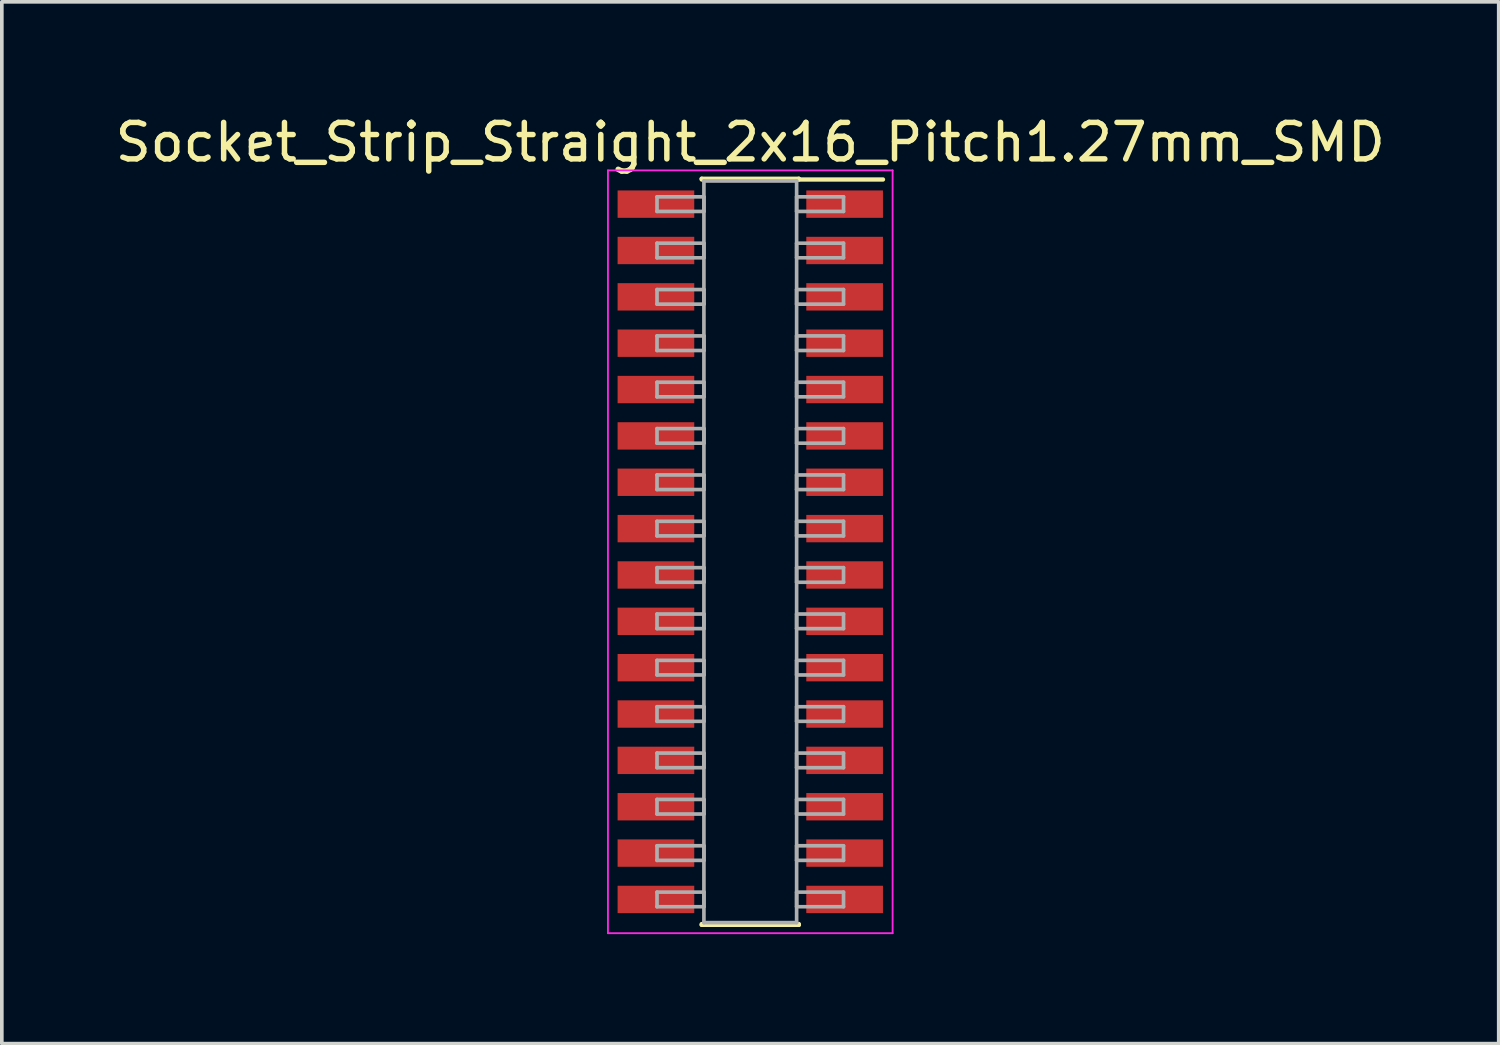
<source format=kicad_pcb>
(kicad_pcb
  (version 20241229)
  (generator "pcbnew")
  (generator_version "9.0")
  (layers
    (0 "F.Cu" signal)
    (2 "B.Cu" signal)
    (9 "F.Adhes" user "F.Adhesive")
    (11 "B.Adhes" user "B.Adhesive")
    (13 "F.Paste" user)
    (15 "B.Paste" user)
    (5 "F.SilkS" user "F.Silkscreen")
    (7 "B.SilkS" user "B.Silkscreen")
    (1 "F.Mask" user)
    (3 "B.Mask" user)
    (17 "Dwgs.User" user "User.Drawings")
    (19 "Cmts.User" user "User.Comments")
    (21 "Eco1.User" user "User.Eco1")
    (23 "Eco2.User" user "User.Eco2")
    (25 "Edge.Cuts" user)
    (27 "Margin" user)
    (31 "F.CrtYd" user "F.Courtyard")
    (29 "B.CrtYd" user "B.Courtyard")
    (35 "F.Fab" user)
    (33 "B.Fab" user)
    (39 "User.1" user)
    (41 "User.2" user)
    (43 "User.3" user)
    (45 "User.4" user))
  (footprint "Socket_Strip_Straight_2x16_Pitch1.27mm_SMD"
    (layer "F.Cu")
    (at 17.506 12.068)
    (property "Reference" "Socket_Strip_Straight_2x16_Pitch1.27mm_SMD" (at 0 -11.22 0) (layer "F.SilkS") (effects (font (size 1 1) (thickness 0.15))))
    (attr smd)
    (fp_line (start -1.33 -10.22) (end 1.33 -10.22) (stroke (width 0.12) (type solid)) (layer "F.SilkS"))
    (fp_line (start -1.33 -10.2) (end -1.33 -10.22) (stroke (width 0.12) (type solid)) (layer "F.SilkS"))
    (fp_line (start -1.33 10.2) (end -1.33 10.22) (stroke (width 0.12) (type solid)) (layer "F.SilkS"))
    (fp_line (start -1.33 10.22) (end 1.33 10.22) (stroke (width 0.12) (type solid)) (layer "F.SilkS"))
    (fp_line (start 1.33 -10.22) (end 1.33 -10.2) (stroke (width 0.12) (type solid)) (layer "F.SilkS"))
    (fp_line (start 1.33 10.22) (end 1.33 10.2) (stroke (width 0.12) (type solid)) (layer "F.SilkS"))
    (fp_line (start 3.635 -10.2) (end 1.33 -10.2) (stroke (width 0.12) (type solid)) (layer "F.SilkS"))
    (fp_line (start -3.9 -10.45) (end -3.9 10.45) (stroke (width 0.05) (type solid)) (layer "F.CrtYd"))
    (fp_line (start -3.9 10.45) (end 3.9 10.45) (stroke (width 0.05) (type solid)) (layer "F.CrtYd"))
    (fp_line (start 3.9 -10.45) (end -3.9 -10.45) (stroke (width 0.05) (type solid)) (layer "F.CrtYd"))
    (fp_line (start 3.9 10.45) (end 3.9 -10.45) (stroke (width 0.05) (type solid)) (layer "F.CrtYd"))
    (fp_line (start -2.555 -9.725) (end -1.27 -9.725) (stroke (width 0.1) (type solid)) (layer "F.Fab"))
    (fp_line (start -2.555 -9.325) (end -2.555 -9.725) (stroke (width 0.1) (type solid)) (layer "F.Fab"))
    (fp_line (start -2.555 -8.455) (end -1.27 -8.455) (stroke (width 0.1) (type solid)) (layer "F.Fab"))
    (fp_line (start -2.555 -8.055) (end -2.555 -8.455) (stroke (width 0.1) (type solid)) (layer "F.Fab"))
    (fp_line (start -2.555 -7.185) (end -1.27 -7.185) (stroke (width 0.1) (type solid)) (layer "F.Fab"))
    (fp_line (start -2.555 -6.785) (end -2.555 -7.185) (stroke (width 0.1) (type solid)) (layer "F.Fab"))
    (fp_line (start -2.555 -5.915) (end -1.27 -5.915) (stroke (width 0.1) (type solid)) (layer "F.Fab"))
    (fp_line (start -2.555 -5.515) (end -2.555 -5.915) (stroke (width 0.1) (type solid)) (layer "F.Fab"))
    (fp_line (start -2.555 -4.645) (end -1.27 -4.645) (stroke (width 0.1) (type solid)) (layer "F.Fab"))
    (fp_line (start -2.555 -4.245) (end -2.555 -4.645) (stroke (width 0.1) (type solid)) (layer "F.Fab"))
    (fp_line (start -2.555 -3.375) (end -1.27 -3.375) (stroke (width 0.1) (type solid)) (layer "F.Fab"))
    (fp_line (start -2.555 -2.975) (end -2.555 -3.375) (stroke (width 0.1) (type solid)) (layer "F.Fab"))
    (fp_line (start -2.555 -2.105) (end -1.27 -2.105) (stroke (width 0.1) (type solid)) (layer "F.Fab"))
    (fp_line (start -2.555 -1.705) (end -2.555 -2.105) (stroke (width 0.1) (type solid)) (layer "F.Fab"))
    (fp_line (start -2.555 -0.835) (end -1.27 -0.835) (stroke (width 0.1) (type solid)) (layer "F.Fab"))
    (fp_line (start -2.555 -0.435) (end -2.555 -0.835) (stroke (width 0.1) (type solid)) (layer "F.Fab"))
    (fp_line (start -2.555 0.435) (end -1.27 0.435) (stroke (width 0.1) (type solid)) (layer "F.Fab"))
    (fp_line (start -2.555 0.835) (end -2.555 0.435) (stroke (width 0.1) (type solid)) (layer "F.Fab"))
    (fp_line (start -2.555 1.705) (end -1.27 1.705) (stroke (width 0.1) (type solid)) (layer "F.Fab"))
    (fp_line (start -2.555 2.105) (end -2.555 1.705) (stroke (width 0.1) (type solid)) (layer "F.Fab"))
    (fp_line (start -2.555 2.975) (end -1.27 2.975) (stroke (width 0.1) (type solid)) (layer "F.Fab"))
    (fp_line (start -2.555 3.375) (end -2.555 2.975) (stroke (width 0.1) (type solid)) (layer "F.Fab"))
    (fp_line (start -2.555 4.245) (end -1.27 4.245) (stroke (width 0.1) (type solid)) (layer "F.Fab"))
    (fp_line (start -2.555 4.645) (end -2.555 4.245) (stroke (width 0.1) (type solid)) (layer "F.Fab"))
    (fp_line (start -2.555 5.515) (end -1.27 5.515) (stroke (width 0.1) (type solid)) (layer "F.Fab"))
    (fp_line (start -2.555 5.915) (end -2.555 5.515) (stroke (width 0.1) (type solid)) (layer "F.Fab"))
    (fp_line (start -2.555 6.785) (end -1.27 6.785) (stroke (width 0.1) (type solid)) (layer "F.Fab"))
    (fp_line (start -2.555 7.185) (end -2.555 6.785) (stroke (width 0.1) (type solid)) (layer "F.Fab"))
    (fp_line (start -2.555 8.055) (end -1.27 8.055) (stroke (width 0.1) (type solid)) (layer "F.Fab"))
    (fp_line (start -2.555 8.455) (end -2.555 8.055) (stroke (width 0.1) (type solid)) (layer "F.Fab"))
    (fp_line (start -2.555 9.325) (end -1.27 9.325) (stroke (width 0.1) (type solid)) (layer "F.Fab"))
    (fp_line (start -2.555 9.725) (end -2.555 9.325) (stroke (width 0.1) (type solid)) (layer "F.Fab"))
    (fp_line (start -1.27 -10.16) (end -1.27 10.16) (stroke (width 0.1) (type solid)) (layer "F.Fab"))
    (fp_line (start -1.27 -9.725) (end -1.27 -9.325) (stroke (width 0.1) (type solid)) (layer "F.Fab"))
    (fp_line (start -1.27 -9.325) (end -2.555 -9.325) (stroke (width 0.1) (type solid)) (layer "F.Fab"))
    (fp_line (start -1.27 -8.455) (end -1.27 -8.055) (stroke (width 0.1) (type solid)) (layer "F.Fab"))
    (fp_line (start -1.27 -8.055) (end -2.555 -8.055) (stroke (width 0.1) (type solid)) (layer "F.Fab"))
    (fp_line (start -1.27 -7.185) (end -1.27 -6.785) (stroke (width 0.1) (type solid)) (layer "F.Fab"))
    (fp_line (start -1.27 -6.785) (end -2.555 -6.785) (stroke (width 0.1) (type solid)) (layer "F.Fab"))
    (fp_line (start -1.27 -5.915) (end -1.27 -5.515) (stroke (width 0.1) (type solid)) (layer "F.Fab"))
    (fp_line (start -1.27 -5.515) (end -2.555 -5.515) (stroke (width 0.1) (type solid)) (layer "F.Fab"))
    (fp_line (start -1.27 -4.645) (end -1.27 -4.245) (stroke (width 0.1) (type solid)) (layer "F.Fab"))
    (fp_line (start -1.27 -4.245) (end -2.555 -4.245) (stroke (width 0.1) (type solid)) (layer "F.Fab"))
    (fp_line (start -1.27 -3.375) (end -1.27 -2.975) (stroke (width 0.1) (type solid)) (layer "F.Fab"))
    (fp_line (start -1.27 -2.975) (end -2.555 -2.975) (stroke (width 0.1) (type solid)) (layer "F.Fab"))
    (fp_line (start -1.27 -2.105) (end -1.27 -1.705) (stroke (width 0.1) (type solid)) (layer "F.Fab"))
    (fp_line (start -1.27 -1.705) (end -2.555 -1.705) (stroke (width 0.1) (type solid)) (layer "F.Fab"))
    (fp_line (start -1.27 -0.835) (end -1.27 -0.435) (stroke (width 0.1) (type solid)) (layer "F.Fab"))
    (fp_line (start -1.27 -0.435) (end -2.555 -0.435) (stroke (width 0.1) (type solid)) (layer "F.Fab"))
    (fp_line (start -1.27 0.435) (end -1.27 0.835) (stroke (width 0.1) (type solid)) (layer "F.Fab"))
    (fp_line (start -1.27 0.835) (end -2.555 0.835) (stroke (width 0.1) (type solid)) (layer "F.Fab"))
    (fp_line (start -1.27 1.705) (end -1.27 2.105) (stroke (width 0.1) (type solid)) (layer "F.Fab"))
    (fp_line (start -1.27 2.105) (end -2.555 2.105) (stroke (width 0.1) (type solid)) (layer "F.Fab"))
    (fp_line (start -1.27 2.975) (end -1.27 3.375) (stroke (width 0.1) (type solid)) (layer "F.Fab"))
    (fp_line (start -1.27 3.375) (end -2.555 3.375) (stroke (width 0.1) (type solid)) (layer "F.Fab"))
    (fp_line (start -1.27 4.245) (end -1.27 4.645) (stroke (width 0.1) (type solid)) (layer "F.Fab"))
    (fp_line (start -1.27 4.645) (end -2.555 4.645) (stroke (width 0.1) (type solid)) (layer "F.Fab"))
    (fp_line (start -1.27 5.515) (end -1.27 5.915) (stroke (width 0.1) (type solid)) (layer "F.Fab"))
    (fp_line (start -1.27 5.915) (end -2.555 5.915) (stroke (width 0.1) (type solid)) (layer "F.Fab"))
    (fp_line (start -1.27 6.785) (end -1.27 7.185) (stroke (width 0.1) (type solid)) (layer "F.Fab"))
    (fp_line (start -1.27 7.185) (end -2.555 7.185) (stroke (width 0.1) (type solid)) (layer "F.Fab"))
    (fp_line (start -1.27 8.055) (end -1.27 8.455) (stroke (width 0.1) (type solid)) (layer "F.Fab"))
    (fp_line (start -1.27 8.455) (end -2.555 8.455) (stroke (width 0.1) (type solid)) (layer "F.Fab"))
    (fp_line (start -1.27 9.325) (end -1.27 9.725) (stroke (width 0.1) (type solid)) (layer "F.Fab"))
    (fp_line (start -1.27 9.725) (end -2.555 9.725) (stroke (width 0.1) (type solid)) (layer "F.Fab"))
    (fp_line (start -1.27 10.16) (end 1.27 10.16) (stroke (width 0.1) (type solid)) (layer "F.Fab"))
    (fp_line (start 1.27 -10.16) (end -1.27 -10.16) (stroke (width 0.1) (type solid)) (layer "F.Fab"))
    (fp_line (start 1.27 -9.725) (end 1.27 -9.325) (stroke (width 0.1) (type solid)) (layer "F.Fab"))
    (fp_line (start 1.27 -9.325) (end 2.555 -9.325) (stroke (width 0.1) (type solid)) (layer "F.Fab"))
    (fp_line (start 1.27 -8.455) (end 1.27 -8.055) (stroke (width 0.1) (type solid)) (layer "F.Fab"))
    (fp_line (start 1.27 -8.055) (end 2.555 -8.055) (stroke (width 0.1) (type solid)) (layer "F.Fab"))
    (fp_line (start 1.27 -7.185) (end 1.27 -6.785) (stroke (width 0.1) (type solid)) (layer "F.Fab"))
    (fp_line (start 1.27 -6.785) (end 2.555 -6.785) (stroke (width 0.1) (type solid)) (layer "F.Fab"))
    (fp_line (start 1.27 -5.915) (end 1.27 -5.515) (stroke (width 0.1) (type solid)) (layer "F.Fab"))
    (fp_line (start 1.27 -5.515) (end 2.555 -5.515) (stroke (width 0.1) (type solid)) (layer "F.Fab"))
    (fp_line (start 1.27 -4.645) (end 1.27 -4.245) (stroke (width 0.1) (type solid)) (layer "F.Fab"))
    (fp_line (start 1.27 -4.245) (end 2.555 -4.245) (stroke (width 0.1) (type solid)) (layer "F.Fab"))
    (fp_line (start 1.27 -3.375) (end 1.27 -2.975) (stroke (width 0.1) (type solid)) (layer "F.Fab"))
    (fp_line (start 1.27 -2.975) (end 2.555 -2.975) (stroke (width 0.1) (type solid)) (layer "F.Fab"))
    (fp_line (start 1.27 -2.105) (end 1.27 -1.705) (stroke (width 0.1) (type solid)) (layer "F.Fab"))
    (fp_line (start 1.27 -1.705) (end 2.555 -1.705) (stroke (width 0.1) (type solid)) (layer "F.Fab"))
    (fp_line (start 1.27 -0.835) (end 1.27 -0.435) (stroke (width 0.1) (type solid)) (layer "F.Fab"))
    (fp_line (start 1.27 -0.435) (end 2.555 -0.435) (stroke (width 0.1) (type solid)) (layer "F.Fab"))
    (fp_line (start 1.27 0.435) (end 1.27 0.835) (stroke (width 0.1) (type solid)) (layer "F.Fab"))
    (fp_line (start 1.27 0.835) (end 2.555 0.835) (stroke (width 0.1) (type solid)) (layer "F.Fab"))
    (fp_line (start 1.27 1.705) (end 1.27 2.105) (stroke (width 0.1) (type solid)) (layer "F.Fab"))
    (fp_line (start 1.27 2.105) (end 2.555 2.105) (stroke (width 0.1) (type solid)) (layer "F.Fab"))
    (fp_line (start 1.27 2.975) (end 1.27 3.375) (stroke (width 0.1) (type solid)) (layer "F.Fab"))
    (fp_line (start 1.27 3.375) (end 2.555 3.375) (stroke (width 0.1) (type solid)) (layer "F.Fab"))
    (fp_line (start 1.27 4.245) (end 1.27 4.645) (stroke (width 0.1) (type solid)) (layer "F.Fab"))
    (fp_line (start 1.27 4.645) (end 2.555 4.645) (stroke (width 0.1) (type solid)) (layer "F.Fab"))
    (fp_line (start 1.27 5.515) (end 1.27 5.915) (stroke (width 0.1) (type solid)) (layer "F.Fab"))
    (fp_line (start 1.27 5.915) (end 2.555 5.915) (stroke (width 0.1) (type solid)) (layer "F.Fab"))
    (fp_line (start 1.27 6.785) (end 1.27 7.185) (stroke (width 0.1) (type solid)) (layer "F.Fab"))
    (fp_line (start 1.27 7.185) (end 2.555 7.185) (stroke (width 0.1) (type solid)) (layer "F.Fab"))
    (fp_line (start 1.27 8.055) (end 1.27 8.455) (stroke (width 0.1) (type solid)) (layer "F.Fab"))
    (fp_line (start 1.27 8.455) (end 2.555 8.455) (stroke (width 0.1) (type solid)) (layer "F.Fab"))
    (fp_line (start 1.27 9.325) (end 1.27 9.725) (stroke (width 0.1) (type solid)) (layer "F.Fab"))
    (fp_line (start 1.27 9.725) (end 2.555 9.725) (stroke (width 0.1) (type solid)) (layer "F.Fab"))
    (fp_line (start 1.27 10.16) (end 1.27 -10.16) (stroke (width 0.1) (type solid)) (layer "F.Fab"))
    (fp_line (start 2.555 -9.725) (end 1.27 -9.725) (stroke (width 0.1) (type solid)) (layer "F.Fab"))
    (fp_line (start 2.555 -9.325) (end 2.555 -9.725) (stroke (width 0.1) (type solid)) (layer "F.Fab"))
    (fp_line (start 2.555 -8.455) (end 1.27 -8.455) (stroke (width 0.1) (type solid)) (layer "F.Fab"))
    (fp_line (start 2.555 -8.055) (end 2.555 -8.455) (stroke (width 0.1) (type solid)) (layer "F.Fab"))
    (fp_line (start 2.555 -7.185) (end 1.27 -7.185) (stroke (width 0.1) (type solid)) (layer "F.Fab"))
    (fp_line (start 2.555 -6.785) (end 2.555 -7.185) (stroke (width 0.1) (type solid)) (layer "F.Fab"))
    (fp_line (start 2.555 -5.915) (end 1.27 -5.915) (stroke (width 0.1) (type solid)) (layer "F.Fab"))
    (fp_line (start 2.555 -5.515) (end 2.555 -5.915) (stroke (width 0.1) (type solid)) (layer "F.Fab"))
    (fp_line (start 2.555 -4.645) (end 1.27 -4.645) (stroke (width 0.1) (type solid)) (layer "F.Fab"))
    (fp_line (start 2.555 -4.245) (end 2.555 -4.645) (stroke (width 0.1) (type solid)) (layer "F.Fab"))
    (fp_line (start 2.555 -3.375) (end 1.27 -3.375) (stroke (width 0.1) (type solid)) (layer "F.Fab"))
    (fp_line (start 2.555 -2.975) (end 2.555 -3.375) (stroke (width 0.1) (type solid)) (layer "F.Fab"))
    (fp_line (start 2.555 -2.105) (end 1.27 -2.105) (stroke (width 0.1) (type solid)) (layer "F.Fab"))
    (fp_line (start 2.555 -1.705) (end 2.555 -2.105) (stroke (width 0.1) (type solid)) (layer "F.Fab"))
    (fp_line (start 2.555 -0.835) (end 1.27 -0.835) (stroke (width 0.1) (type solid)) (layer "F.Fab"))
    (fp_line (start 2.555 -0.435) (end 2.555 -0.835) (stroke (width 0.1) (type solid)) (layer "F.Fab"))
    (fp_line (start 2.555 0.435) (end 1.27 0.435) (stroke (width 0.1) (type solid)) (layer "F.Fab"))
    (fp_line (start 2.555 0.835) (end 2.555 0.435) (stroke (width 0.1) (type solid)) (layer "F.Fab"))
    (fp_line (start 2.555 1.705) (end 1.27 1.705) (stroke (width 0.1) (type solid)) (layer "F.Fab"))
    (fp_line (start 2.555 2.105) (end 2.555 1.705) (stroke (width 0.1) (type solid)) (layer "F.Fab"))
    (fp_line (start 2.555 2.975) (end 1.27 2.975) (stroke (width 0.1) (type solid)) (layer "F.Fab"))
    (fp_line (start 2.555 3.375) (end 2.555 2.975) (stroke (width 0.1) (type solid)) (layer "F.Fab"))
    (fp_line (start 2.555 4.245) (end 1.27 4.245) (stroke (width 0.1) (type solid)) (layer "F.Fab"))
    (fp_line (start 2.555 4.645) (end 2.555 4.245) (stroke (width 0.1) (type solid)) (layer "F.Fab"))
    (fp_line (start 2.555 5.515) (end 1.27 5.515) (stroke (width 0.1) (type solid)) (layer "F.Fab"))
    (fp_line (start 2.555 5.915) (end 2.555 5.515) (stroke (width 0.1) (type solid)) (layer "F.Fab"))
    (fp_line (start 2.555 6.785) (end 1.27 6.785) (stroke (width 0.1) (type solid)) (layer "F.Fab"))
    (fp_line (start 2.555 7.185) (end 2.555 6.785) (stroke (width 0.1) (type solid)) (layer "F.Fab"))
    (fp_line (start 2.555 8.055) (end 1.27 8.055) (stroke (width 0.1) (type solid)) (layer "F.Fab"))
    (fp_line (start 2.555 8.455) (end 2.555 8.055) (stroke (width 0.1) (type solid)) (layer "F.Fab"))
    (fp_line (start 2.555 9.325) (end 1.27 9.325) (stroke (width 0.1) (type solid)) (layer "F.Fab"))
    (fp_line (start 2.555 9.725) (end 2.555 9.325) (stroke (width 0.1) (type solid)) (layer "F.Fab"))
    (pad "1" smd rect (at 2.585 -9.525) (size 2.1 0.75) (layers "F.Cu" "F.Mask"))
    (pad "2" smd rect (at -2.585 -9.525) (size 2.1 0.75) (layers "F.Cu" "F.Mask"))
    (pad "3" smd rect (at 2.585 -8.255) (size 2.1 0.75) (layers "F.Cu" "F.Mask"))
    (pad "4" smd rect (at -2.585 -8.255) (size 2.1 0.75) (layers "F.Cu" "F.Mask"))
    (pad "5" smd rect (at 2.585 -6.985) (size 2.1 0.75) (layers "F.Cu" "F.Mask"))
    (pad "6" smd rect (at -2.585 -6.985) (size 2.1 0.75) (layers "F.Cu" "F.Mask"))
    (pad "7" smd rect (at 2.585 -5.715) (size 2.1 0.75) (layers "F.Cu" "F.Mask"))
    (pad "8" smd rect (at -2.585 -5.715) (size 2.1 0.75) (layers "F.Cu" "F.Mask"))
    (pad "9" smd rect (at 2.585 -4.445) (size 2.1 0.75) (layers "F.Cu" "F.Mask"))
    (pad "10" smd rect (at -2.585 -4.445) (size 2.1 0.75) (layers "F.Cu" "F.Mask"))
    (pad "11" smd rect (at 2.585 -3.175) (size 2.1 0.75) (layers "F.Cu" "F.Mask"))
    (pad "12" smd rect (at -2.585 -3.175) (size 2.1 0.75) (layers "F.Cu" "F.Mask"))
    (pad "13" smd rect (at 2.585 -1.905) (size 2.1 0.75) (layers "F.Cu" "F.Mask"))
    (pad "14" smd rect (at -2.585 -1.905) (size 2.1 0.75) (layers "F.Cu" "F.Mask"))
    (pad "15" smd rect (at 2.585 -0.635) (size 2.1 0.75) (layers "F.Cu" "F.Mask"))
    (pad "16" smd rect (at -2.585 -0.635) (size 2.1 0.75) (layers "F.Cu" "F.Mask"))
    (pad "17" smd rect (at 2.585 0.635) (size 2.1 0.75) (layers "F.Cu" "F.Mask"))
    (pad "18" smd rect (at -2.585 0.635) (size 2.1 0.75) (layers "F.Cu" "F.Mask"))
    (pad "19" smd rect (at 2.585 1.905) (size 2.1 0.75) (layers "F.Cu" "F.Mask"))
    (pad "20" smd rect (at -2.585 1.905) (size 2.1 0.75) (layers "F.Cu" "F.Mask"))
    (pad "21" smd rect (at 2.585 3.175) (size 2.1 0.75) (layers "F.Cu" "F.Mask"))
    (pad "22" smd rect (at -2.585 3.175) (size 2.1 0.75) (layers "F.Cu" "F.Mask"))
    (pad "23" smd rect (at 2.585 4.445) (size 2.1 0.75) (layers "F.Cu" "F.Mask"))
    (pad "24" smd rect (at -2.585 4.445) (size 2.1 0.75) (layers "F.Cu" "F.Mask"))
    (pad "25" smd rect (at 2.585 5.715) (size 2.1 0.75) (layers "F.Cu" "F.Mask"))
    (pad "26" smd rect (at -2.585 5.715) (size 2.1 0.75) (layers "F.Cu" "F.Mask"))
    (pad "27" smd rect (at 2.585 6.985) (size 2.1 0.75) (layers "F.Cu" "F.Mask"))
    (pad "28" smd rect (at -2.585 6.985) (size 2.1 0.75) (layers "F.Cu" "F.Mask"))
    (pad "29" smd rect (at 2.585 8.255) (size 2.1 0.75) (layers "F.Cu" "F.Mask"))
    (pad "30" smd rect (at -2.585 8.255) (size 2.1 0.75) (layers "F.Cu" "F.Mask"))
    (pad "31" smd rect (at 2.585 9.525) (size 2.1 0.75) (layers "F.Cu" "F.Mask"))
    (pad "32" smd rect (at -2.585 9.525) (size 2.1 0.75) (layers "F.Cu" "F.Mask")))
  (gr_rect
    (start -3 -3)
    (end 38.012 25.543)
    (stroke (width 0.1) (type default))
    (fill no)
    (layer "Edge.Cuts")))
</source>
